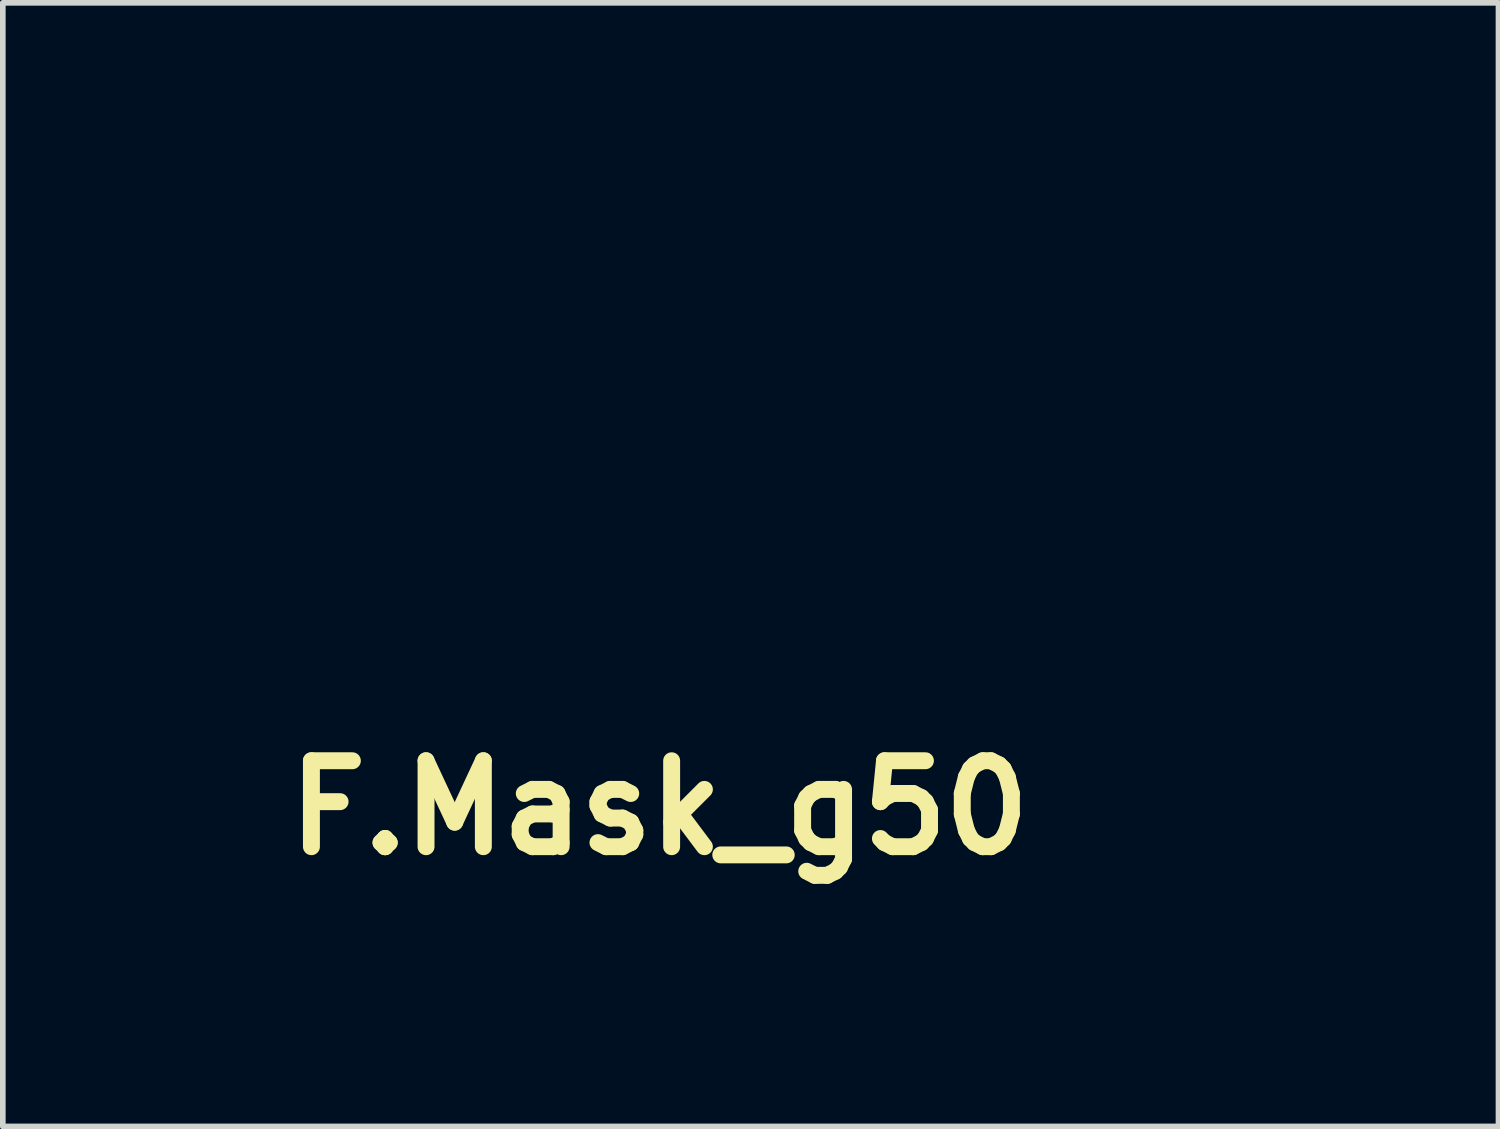
<source format=kicad_pcb>
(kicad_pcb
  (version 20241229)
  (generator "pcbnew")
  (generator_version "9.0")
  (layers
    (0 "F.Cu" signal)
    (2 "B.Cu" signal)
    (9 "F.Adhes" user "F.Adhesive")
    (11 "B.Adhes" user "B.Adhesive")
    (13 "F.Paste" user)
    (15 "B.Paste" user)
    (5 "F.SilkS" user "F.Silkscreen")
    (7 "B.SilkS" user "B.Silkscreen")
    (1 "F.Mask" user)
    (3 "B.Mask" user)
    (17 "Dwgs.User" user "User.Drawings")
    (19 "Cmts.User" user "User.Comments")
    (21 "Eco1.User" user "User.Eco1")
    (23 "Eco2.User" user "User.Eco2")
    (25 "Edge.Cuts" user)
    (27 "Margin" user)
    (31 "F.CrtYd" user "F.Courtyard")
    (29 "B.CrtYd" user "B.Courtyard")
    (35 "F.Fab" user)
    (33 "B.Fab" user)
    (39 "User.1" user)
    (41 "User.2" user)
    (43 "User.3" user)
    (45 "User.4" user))
  (footprint "F.Mask_g50"
    (layer "F.Cu")
    (at 8.64 11.272)
    (property "Reference" "F.Mask_g50" (at 0 0 0) (layer "F.SilkS") (effects (font (size 1.524 1.524) (thickness 0.3))))
    (attr through_hole)
    (fp_poly (pts (xy -6.053 -11.25) (xy -5.626 -11.197) (xy -5.209 -11.108) (xy -4.795 -10.981) (xy -4.382 -10.817) (xy -4.133 -10.694) (xy -3.864 -10.54) (xy -3.579 -10.357) (xy -3.283 -10.149) (xy -2.98 -9.919) (xy -2.674 -9.67) (xy -2.368 -9.405) (xy -2.067 -9.129) (xy -1.776 -8.844) (xy -1.497 -8.554) (xy -1.235 -8.261) (xy -1.176 -8.191) (xy -1.131 -8.138) (xy -1.064 -8.056) (xy -0.977 -7.949) (xy -0.873 -7.821) (xy -0.757 -7.678) (xy -0.632 -7.522) (xy -0.5 -7.358) (xy -0.379 -7.207) (xy -0.037 -6.782) (xy 0.282 -6.388) (xy 0.582 -6.021) (xy 0.866 -5.677) (xy 1.136 -5.355) (xy 1.396 -5.049) (xy 1.648 -4.756) (xy 1.896 -4.474) (xy 2.141 -4.199) (xy 2.388 -3.927) (xy 2.639 -3.655) (xy 2.761 -3.524) (xy 2.932 -3.343) (xy 3.081 -3.189) (xy 3.212 -3.06) (xy 3.329 -2.95) (xy 3.438 -2.855) (xy 3.543 -2.771) (xy 3.648 -2.695) (xy 3.704 -2.656) (xy 3.895 -2.538) (xy 4.071 -2.45) (xy 4.242 -2.389) (xy 4.418 -2.352) (xy 4.584 -2.335) (xy 4.793 -2.334) (xy 4.989 -2.357) (xy 5.192 -2.408) (xy 5.247 -2.426) (xy 5.328 -2.455) (xy 5.413 -2.489) (xy 5.503 -2.53) (xy 5.602 -2.579) (xy 5.712 -2.638) (xy 5.835 -2.708) (xy 5.974 -2.79) (xy 6.132 -2.887) (xy 6.309 -2.999) (xy 6.51 -3.128) (xy 6.737 -3.276) (xy 6.992 -3.444) (xy 7.277 -3.633) (xy 7.525 -3.799) (xy 7.912 -4.057) (xy 8.266 -4.293) (xy 8.589 -4.507) (xy 8.882 -4.7) (xy 9.147 -4.874) (xy 9.385 -5.029) (xy 9.599 -5.166) (xy 9.79 -5.287) (xy 9.96 -5.392) (xy 10.11 -5.483) (xy 10.243 -5.561) (xy 10.359 -5.626) (xy 10.462 -5.68) (xy 10.551 -5.724) (xy 10.63 -5.759) (xy 10.7 -5.786) (xy 10.762 -5.805) (xy 10.818 -5.819) (xy 10.835 -5.822) (xy 11.021 -5.835) (xy 11.2 -5.81) (xy 11.368 -5.751) (xy 11.519 -5.66) (xy 11.649 -5.542) (xy 11.753 -5.399) (xy 11.827 -5.237) (xy 11.867 -5.058) (xy 11.87 -5.013) (xy 11.872 -4.915) (xy 11.866 -4.818) (xy 11.855 -4.747) (xy 11.83 -4.666) (xy 11.788 -4.553) (xy 11.733 -4.415) (xy 11.667 -4.258) (xy 11.593 -4.09) (xy 11.514 -3.916) (xy 11.432 -3.743) (xy 11.418 -3.715) (xy 11.222 -3.336) (xy 11.022 -2.995) (xy 10.813 -2.686) (xy 10.593 -2.404) (xy 10.357 -2.144) (xy 10.309 -2.095) (xy 10.164 -1.954) (xy 10.023 -1.828) (xy 9.878 -1.71) (xy 9.72 -1.594) (xy 9.542 -1.473) (xy 9.334 -1.341) (xy 9.313 -1.329) (xy 9.184 -1.247) (xy 9.048 -1.157) (xy 8.911 -1.063) (xy 8.78 -0.97) (xy 8.66 -0.883) (xy 8.557 -0.805) (xy 8.479 -0.74) (xy 8.431 -0.696) (xy 8.362 -0.593) (xy 8.315 -0.466) (xy 8.293 -0.33) (xy 8.299 -0.197) (xy 8.326 -0.099) (xy 8.367 -0.02) (xy 8.434 0.084) (xy 8.522 0.208) (xy 8.627 0.345) (xy 8.745 0.491) (xy 8.871 0.64) (xy 9.002 0.787) (xy 9.132 0.927) (xy 9.148 0.943) (xy 9.227 1.028) (xy 9.297 1.109) (xy 9.352 1.179) (xy 9.384 1.229) (xy 9.388 1.236) (xy 9.408 1.305) (xy 9.41 1.368) (xy 9.397 1.414) (xy 9.37 1.433) (xy 9.359 1.431) (xy 9.323 1.423) (xy 9.257 1.408) (xy 9.176 1.39) (xy 9.155 1.386) (xy 8.934 1.328) (xy 8.704 1.248) (xy 8.456 1.142) (xy 8.213 1.022) (xy 7.89 0.852) (xy 7.592 0.688) (xy 7.307 0.524) (xy 7.025 0.354) (xy 6.736 0.172) (xy 6.43 -0.028) (xy 6.287 -0.124) (xy 6.057 -0.275) (xy 5.855 -0.402) (xy 5.675 -0.507) (xy 5.513 -0.592) (xy 5.363 -0.661) (xy 5.221 -0.716) (xy 5.122 -0.748) (xy 4.765 -0.834) (xy 4.408 -0.878) (xy 4.051 -0.879) (xy 3.696 -0.838) (xy 3.441 -0.783) (xy 3.228 -0.72) (xy 2.985 -0.637) (xy 2.719 -0.534) (xy 2.436 -0.415) (xy 2.141 -0.282) (xy 1.841 -0.137) (xy 1.815 -0.124) (xy 1.547 0.013) (xy 1.28 0.157) (xy 1.009 0.311) (xy 0.732 0.477) (xy 0.443 0.656) (xy 0.14 0.853) (xy -0.182 1.069) (xy -0.528 1.306) (xy -0.9 1.568) (xy -1.042 1.669) (xy -1.239 1.81) (xy -1.408 1.928) (xy -1.553 2.027) (xy -1.68 2.11) (xy -1.793 2.18) (xy -1.897 2.241) (xy -1.997 2.295) (xy -2.099 2.347) (xy -2.106 2.35) (xy -2.338 2.454) (xy -2.558 2.533) (xy -2.779 2.589) (xy -3.009 2.624) (xy -3.262 2.641) (xy -3.459 2.643) (xy -3.583 2.642) (xy -3.697 2.639) (xy -3.791 2.635) (xy -3.857 2.631) (xy -3.882 2.627) (xy -3.89 2.624) (xy -3.891 2.617) (xy -3.884 2.605) (xy -3.867 2.586) (xy -3.837 2.561) (xy -3.793 2.526) (xy -3.734 2.481) (xy -3.657 2.424) (xy -3.56 2.355) (xy -3.442 2.271) (xy -3.301 2.171) (xy -3.135 2.055) (xy -2.941 1.92) (xy -2.72 1.766) (xy -2.467 1.59) (xy -2.182 1.393) (xy -2.094 1.332) (xy -1.84 1.156) (xy -1.594 0.985) (xy -1.359 0.822) (xy -1.136 0.668) (xy -0.929 0.525) (xy -0.739 0.393) (xy -0.57 0.276) (xy -0.423 0.175) (xy -0.301 0.091) (xy -0.207 0.026) (xy -0.143 -0.018) (xy -0.114 -0.038) (xy 0.005 -0.128) (xy 0.093 -0.22) (xy 0.16 -0.327) (xy 0.181 -0.37) (xy 0.232 -0.531) (xy 0.243 -0.691) (xy 0.214 -0.846) (xy 0.148 -0.989) (xy 0.046 -1.116) (xy -0.051 -1.196) (xy -0.096 -1.224) (xy -0.145 -1.249) (xy -0.206 -1.274) (xy -0.284 -1.3) (xy -0.387 -1.329) (xy -0.522 -1.365) (xy -0.606 -1.386) (xy -0.956 -1.475) (xy -1.268 -1.555) (xy -1.544 -1.625) (xy -1.787 -1.688) (xy -1.999 -1.743) (xy -2.183 -1.791) (xy -2.342 -1.833) (xy -2.478 -1.87) (xy -2.594 -1.903) (xy -2.693 -1.932) (xy -2.776 -1.958) (xy -2.848 -1.982) (xy -2.91 -2.005) (xy -2.964 -2.027) (xy -3.015 -2.049) (xy -3.064 -2.072) (xy -3.113 -2.096) (xy -3.146 -2.113) (xy -3.393 -2.256) (xy -3.639 -2.436) (xy -3.874 -2.644) (xy -3.907 -2.676) (xy -4.119 -2.906) (xy -4.298 -3.138) (xy -4.449 -3.384) (xy -4.58 -3.654) (xy -4.627 -3.768) (xy -4.81 -4.174) (xy -5.026 -4.556) (xy -5.277 -4.914) (xy -5.564 -5.252) (xy -5.739 -5.431) (xy -6.065 -5.722) (xy -6.406 -5.975) (xy -6.768 -6.194) (xy -7.156 -6.382) (xy -7.322 -6.45) (xy -7.494 -6.519) (xy -7.629 -6.581) (xy -7.735 -6.638) (xy -7.815 -6.693) (xy -7.876 -6.748) (xy -7.886 -6.76) (xy -7.957 -6.867) (xy -7.989 -6.978) (xy -7.981 -7.097) (xy -7.934 -7.226) (xy -7.864 -7.345) (xy -7.829 -7.393) (xy -7.789 -7.443) (xy -7.739 -7.498) (xy -7.677 -7.562) (xy -7.598 -7.638) (xy -7.499 -7.729) (xy -7.376 -7.84) (xy -7.227 -7.972) (xy -7.138 -8.051) (xy -6.971 -8.204) (xy -6.837 -8.339) (xy -6.735 -8.46) (xy -6.661 -8.571) (xy -6.613 -8.675) (xy -6.588 -8.776) (xy -6.583 -8.846) (xy -6.6 -8.977) (xy -6.653 -9.096) (xy -6.745 -9.209) (xy -6.769 -9.233) (xy -6.815 -9.274) (xy -6.868 -9.315) (xy -6.931 -9.358) (xy -7.007 -9.405) (xy -7.101 -9.458) (xy -7.217 -9.52) (xy -7.359 -9.592) (xy -7.53 -9.678) (xy -7.734 -9.778) (xy -7.804 -9.812) (xy -7.994 -9.905) (xy -8.151 -9.983) (xy -8.276 -10.047) (xy -8.375 -10.1) (xy -8.451 -10.144) (xy -8.507 -10.181) (xy -8.547 -10.213) (xy -8.576 -10.243) (xy -8.597 -10.273) (xy -8.604 -10.287) (xy -8.628 -10.366) (xy -8.635 -10.466) (xy -8.626 -10.573) (xy -8.601 -10.668) (xy -8.594 -10.684) (xy -8.549 -10.764) (xy -8.49 -10.832) (xy -8.412 -10.891) (xy -8.308 -10.945) (xy -8.173 -10.997) (xy -8.003 -11.051) (xy -7.977 -11.058) (xy -7.688 -11.135) (xy -7.421 -11.192) (xy -7.164 -11.232) (xy -6.901 -11.256) (xy -6.62 -11.266) (xy -6.498 -11.267) (xy -6.053 -11.25)) (stroke (width 0.01) (type solid)) (fill yes) (layer "F.Mask")))
  (gr_rect
    (start -3 -3)
    (end 23.517 16.921)
    (stroke (width 0.1) (type default))
    (fill no)
    (layer "Edge.Cuts")))
</source>
